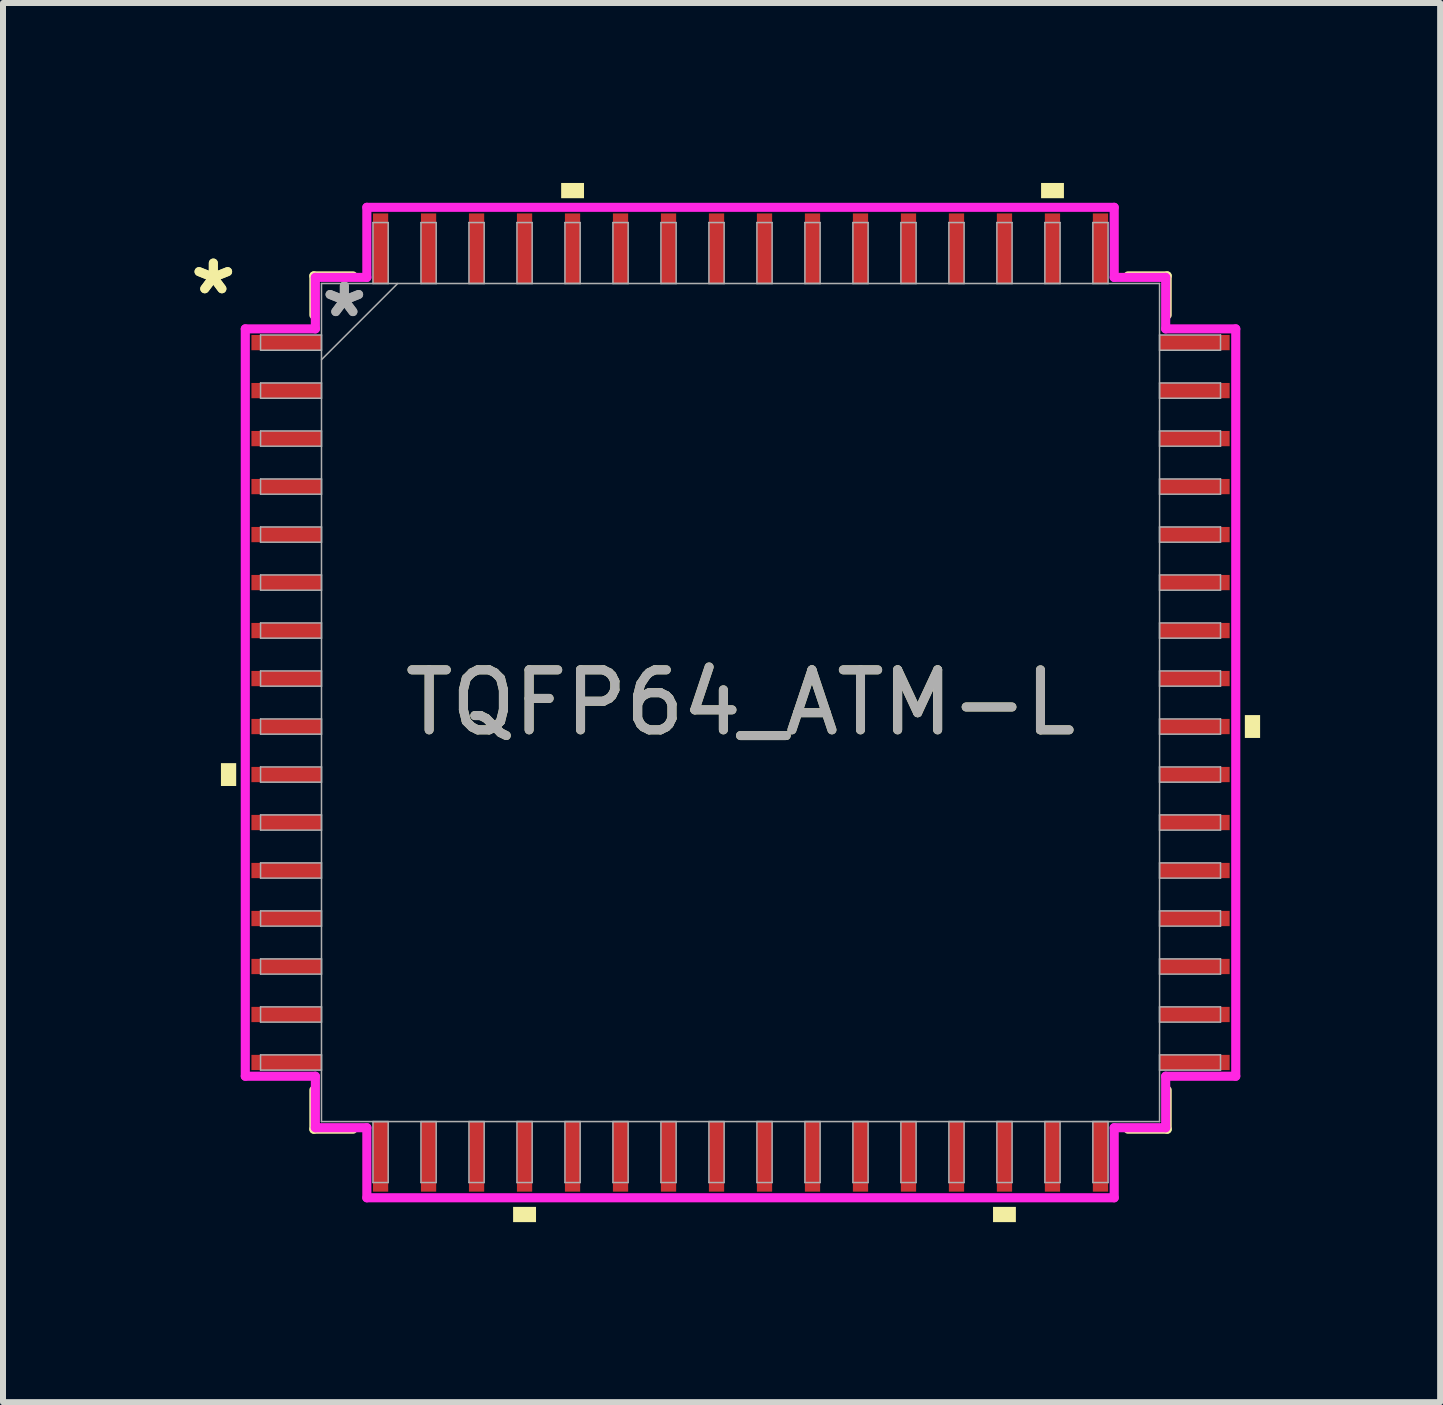
<source format=kicad_pcb>
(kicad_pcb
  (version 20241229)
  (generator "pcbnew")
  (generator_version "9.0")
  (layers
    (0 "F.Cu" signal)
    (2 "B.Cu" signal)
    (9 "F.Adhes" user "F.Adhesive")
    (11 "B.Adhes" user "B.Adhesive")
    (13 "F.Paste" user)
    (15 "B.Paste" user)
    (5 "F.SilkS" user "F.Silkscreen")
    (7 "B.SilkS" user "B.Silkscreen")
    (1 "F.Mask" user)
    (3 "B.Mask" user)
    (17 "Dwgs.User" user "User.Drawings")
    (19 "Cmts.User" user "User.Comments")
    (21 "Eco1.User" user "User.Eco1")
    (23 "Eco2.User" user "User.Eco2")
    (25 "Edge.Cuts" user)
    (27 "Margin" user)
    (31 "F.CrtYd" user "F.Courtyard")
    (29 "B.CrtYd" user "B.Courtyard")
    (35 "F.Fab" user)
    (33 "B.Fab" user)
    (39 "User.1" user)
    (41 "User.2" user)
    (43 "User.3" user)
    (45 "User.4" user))
  (footprint "TQFP64_ATM-L"
    (layer "F.Cu")
    (at 9.294 8.661)
    (property "Reference" "TQFP64_ATM-L" (at 0 0 0) (unlocked yes) (layer "F.SilkS") (effects (font (size 1 1) (thickness 0.15))))
    (attr smd)
    (fp_line (start -7.112 -7.112) (end -7.112 -6.46) (stroke (width 0.152) (type solid)) (layer "F.SilkS"))
    (fp_line (start -7.112 6.46) (end -7.112 7.112) (stroke (width 0.152) (type solid)) (layer "F.SilkS"))
    (fp_line (start -7.112 7.112) (end -6.46 7.112) (stroke (width 0.152) (type solid)) (layer "F.SilkS"))
    (fp_line (start -6.46 -7.112) (end -7.112 -7.112) (stroke (width 0.152) (type solid)) (layer "F.SilkS"))
    (fp_line (start 6.46 7.112) (end 7.112 7.112) (stroke (width 0.152) (type solid)) (layer "F.SilkS"))
    (fp_line (start 7.112 -7.112) (end 6.46 -7.112) (stroke (width 0.152) (type solid)) (layer "F.SilkS"))
    (fp_line (start 7.112 -6.46) (end 7.112 -7.112) (stroke (width 0.152) (type solid)) (layer "F.SilkS"))
    (fp_line (start 7.112 7.112) (end 7.112 6.46) (stroke (width 0.152) (type solid)) (layer "F.SilkS"))
    (fp_poly (pts (xy -8.661 1.01) (xy -8.661 1.391) (xy -8.407 1.391) (xy -8.407 1.01)) (stroke (width 0) (type solid)) (fill yes) (layer "F.SilkS"))
    (fp_poly (pts (xy -3.791 8.407) (xy -3.791 8.661) (xy -3.409 8.661) (xy -3.409 8.407)) (stroke (width 0) (type solid)) (fill yes) (layer "F.SilkS"))
    (fp_poly (pts (xy -2.99 -8.407) (xy -2.99 -8.661) (xy -2.609 -8.661) (xy -2.609 -8.407)) (stroke (width 0) (type solid)) (fill yes) (layer "F.SilkS"))
    (fp_poly (pts (xy 4.209 8.407) (xy 4.209 8.661) (xy 4.59 8.661) (xy 4.59 8.407)) (stroke (width 0) (type solid)) (fill yes) (layer "F.SilkS"))
    (fp_poly (pts (xy 5.01 -8.407) (xy 5.01 -8.661) (xy 5.391 -8.661) (xy 5.391 -8.407)) (stroke (width 0) (type solid)) (fill yes) (layer "F.SilkS"))
    (fp_poly (pts (xy 8.661 0.209) (xy 8.661 0.59) (xy 8.407 0.59) (xy 8.407 0.209)) (stroke (width 0) (type solid)) (fill yes) (layer "F.SilkS"))
    (fp_line (start -8.255 -6.229) (end -7.087 -6.229) (stroke (width 0.152) (type solid)) (layer "F.CrtYd"))
    (fp_line (start -8.255 6.229) (end -8.255 -6.229) (stroke (width 0.152) (type solid)) (layer "F.CrtYd"))
    (fp_line (start -7.087 -7.087) (end -6.229 -7.087) (stroke (width 0.152) (type solid)) (layer "F.CrtYd"))
    (fp_line (start -7.087 -6.229) (end -7.087 -7.087) (stroke (width 0.152) (type solid)) (layer "F.CrtYd"))
    (fp_line (start -7.087 6.229) (end -8.255 6.229) (stroke (width 0.152) (type solid)) (layer "F.CrtYd"))
    (fp_line (start -7.087 7.087) (end -7.087 6.229) (stroke (width 0.152) (type solid)) (layer "F.CrtYd"))
    (fp_line (start -7.087 7.087) (end -6.229 7.087) (stroke (width 0.152) (type solid)) (layer "F.CrtYd"))
    (fp_line (start -6.229 -8.255) (end 6.229 -8.255) (stroke (width 0.152) (type solid)) (layer "F.CrtYd"))
    (fp_line (start -6.229 -7.087) (end -6.229 -8.255) (stroke (width 0.152) (type solid)) (layer "F.CrtYd"))
    (fp_line (start -6.229 7.087) (end -6.229 8.255) (stroke (width 0.152) (type solid)) (layer "F.CrtYd"))
    (fp_line (start -6.229 8.255) (end 6.229 8.255) (stroke (width 0.152) (type solid)) (layer "F.CrtYd"))
    (fp_line (start 6.229 -8.255) (end 6.229 -7.087) (stroke (width 0.152) (type solid)) (layer "F.CrtYd"))
    (fp_line (start 6.229 -7.087) (end 7.087 -7.087) (stroke (width 0.152) (type solid)) (layer "F.CrtYd"))
    (fp_line (start 6.229 7.087) (end 7.087 7.087) (stroke (width 0.152) (type solid)) (layer "F.CrtYd"))
    (fp_line (start 6.229 8.255) (end 6.229 7.087) (stroke (width 0.152) (type solid)) (layer "F.CrtYd"))
    (fp_line (start 7.087 -6.229) (end 7.087 -7.087) (stroke (width 0.152) (type solid)) (layer "F.CrtYd"))
    (fp_line (start 7.087 6.229) (end 8.255 6.229) (stroke (width 0.152) (type solid)) (layer "F.CrtYd"))
    (fp_line (start 7.087 7.087) (end 7.087 6.229) (stroke (width 0.152) (type solid)) (layer "F.CrtYd"))
    (fp_line (start 8.255 -6.229) (end 7.087 -6.229) (stroke (width 0.152) (type solid)) (layer "F.CrtYd"))
    (fp_line (start 8.255 6.229) (end 8.255 -6.229) (stroke (width 0.152) (type solid)) (layer "F.CrtYd"))
    (fp_line (start -8.001 -6.127) (end -8.001 -5.873) (stroke (width 0.025) (type solid)) (layer "F.Fab"))
    (fp_line (start -8.001 -5.873) (end -6.985 -5.873) (stroke (width 0.025) (type solid)) (layer "F.Fab"))
    (fp_line (start -8.001 -5.327) (end -8.001 -5.073) (stroke (width 0.025) (type solid)) (layer "F.Fab"))
    (fp_line (start -8.001 -5.073) (end -6.985 -5.073) (stroke (width 0.025) (type solid)) (layer "F.Fab"))
    (fp_line (start -8.001 -4.527) (end -8.001 -4.273) (stroke (width 0.025) (type solid)) (layer "F.Fab"))
    (fp_line (start -8.001 -4.273) (end -6.985 -4.273) (stroke (width 0.025) (type solid)) (layer "F.Fab"))
    (fp_line (start -8.001 -3.727) (end -8.001 -3.473) (stroke (width 0.025) (type solid)) (layer "F.Fab"))
    (fp_line (start -8.001 -3.473) (end -6.985 -3.473) (stroke (width 0.025) (type solid)) (layer "F.Fab"))
    (fp_line (start -8.001 -2.927) (end -8.001 -2.673) (stroke (width 0.025) (type solid)) (layer "F.Fab"))
    (fp_line (start -8.001 -2.673) (end -6.985 -2.673) (stroke (width 0.025) (type solid)) (layer "F.Fab"))
    (fp_line (start -8.001 -2.127) (end -8.001 -1.873) (stroke (width 0.025) (type solid)) (layer "F.Fab"))
    (fp_line (start -8.001 -1.873) (end -6.985 -1.873) (stroke (width 0.025) (type solid)) (layer "F.Fab"))
    (fp_line (start -8.001 -1.327) (end -8.001 -1.073) (stroke (width 0.025) (type solid)) (layer "F.Fab"))
    (fp_line (start -8.001 -1.073) (end -6.985 -1.073) (stroke (width 0.025) (type solid)) (layer "F.Fab"))
    (fp_line (start -8.001 -0.527) (end -8.001 -0.273) (stroke (width 0.025) (type solid)) (layer "F.Fab"))
    (fp_line (start -8.001 -0.273) (end -6.985 -0.273) (stroke (width 0.025) (type solid)) (layer "F.Fab"))
    (fp_line (start -8.001 0.273) (end -8.001 0.527) (stroke (width 0.025) (type solid)) (layer "F.Fab"))
    (fp_line (start -8.001 0.527) (end -6.985 0.527) (stroke (width 0.025) (type solid)) (layer "F.Fab"))
    (fp_line (start -8.001 1.073) (end -8.001 1.327) (stroke (width 0.025) (type solid)) (layer "F.Fab"))
    (fp_line (start -8.001 1.327) (end -6.985 1.327) (stroke (width 0.025) (type solid)) (layer "F.Fab"))
    (fp_line (start -8.001 1.873) (end -8.001 2.127) (stroke (width 0.025) (type solid)) (layer "F.Fab"))
    (fp_line (start -8.001 2.127) (end -6.985 2.127) (stroke (width 0.025) (type solid)) (layer "F.Fab"))
    (fp_line (start -8.001 2.673) (end -8.001 2.927) (stroke (width 0.025) (type solid)) (layer "F.Fab"))
    (fp_line (start -8.001 2.927) (end -6.985 2.927) (stroke (width 0.025) (type solid)) (layer "F.Fab"))
    (fp_line (start -8.001 3.473) (end -8.001 3.727) (stroke (width 0.025) (type solid)) (layer "F.Fab"))
    (fp_line (start -8.001 3.727) (end -6.985 3.727) (stroke (width 0.025) (type solid)) (layer "F.Fab"))
    (fp_line (start -8.001 4.273) (end -8.001 4.527) (stroke (width 0.025) (type solid)) (layer "F.Fab"))
    (fp_line (start -8.001 4.527) (end -6.985 4.527) (stroke (width 0.025) (type solid)) (layer "F.Fab"))
    (fp_line (start -8.001 5.073) (end -8.001 5.327) (stroke (width 0.025) (type solid)) (layer "F.Fab"))
    (fp_line (start -8.001 5.327) (end -6.985 5.327) (stroke (width 0.025) (type solid)) (layer "F.Fab"))
    (fp_line (start -8.001 5.873) (end -8.001 6.127) (stroke (width 0.025) (type solid)) (layer "F.Fab"))
    (fp_line (start -8.001 6.127) (end -6.985 6.127) (stroke (width 0.025) (type solid)) (layer "F.Fab"))
    (fp_line (start -6.985 -6.985) (end -6.985 6.985) (stroke (width 0.025) (type solid)) (layer "F.Fab"))
    (fp_line (start -6.985 -6.127) (end -8.001 -6.127) (stroke (width 0.025) (type solid)) (layer "F.Fab"))
    (fp_line (start -6.985 -5.873) (end -6.985 -6.127) (stroke (width 0.025) (type solid)) (layer "F.Fab"))
    (fp_line (start -6.985 -5.715) (end -5.715 -6.985) (stroke (width 0.025) (type solid)) (layer "F.Fab"))
    (fp_line (start -6.985 -5.327) (end -8.001 -5.327) (stroke (width 0.025) (type solid)) (layer "F.Fab"))
    (fp_line (start -6.985 -5.073) (end -6.985 -5.327) (stroke (width 0.025) (type solid)) (layer "F.Fab"))
    (fp_line (start -6.985 -4.527) (end -8.001 -4.527) (stroke (width 0.025) (type solid)) (layer "F.Fab"))
    (fp_line (start -6.985 -4.273) (end -6.985 -4.527) (stroke (width 0.025) (type solid)) (layer "F.Fab"))
    (fp_line (start -6.985 -3.727) (end -8.001 -3.727) (stroke (width 0.025) (type solid)) (layer "F.Fab"))
    (fp_line (start -6.985 -3.473) (end -6.985 -3.727) (stroke (width 0.025) (type solid)) (layer "F.Fab"))
    (fp_line (start -6.985 -2.927) (end -8.001 -2.927) (stroke (width 0.025) (type solid)) (layer "F.Fab"))
    (fp_line (start -6.985 -2.673) (end -6.985 -2.927) (stroke (width 0.025) (type solid)) (layer "F.Fab"))
    (fp_line (start -6.985 -2.127) (end -8.001 -2.127) (stroke (width 0.025) (type solid)) (layer "F.Fab"))
    (fp_line (start -6.985 -1.873) (end -6.985 -2.127) (stroke (width 0.025) (type solid)) (layer "F.Fab"))
    (fp_line (start -6.985 -1.327) (end -8.001 -1.327) (stroke (width 0.025) (type solid)) (layer "F.Fab"))
    (fp_line (start -6.985 -1.073) (end -6.985 -1.327) (stroke (width 0.025) (type solid)) (layer "F.Fab"))
    (fp_line (start -6.985 -0.527) (end -8.001 -0.527) (stroke (width 0.025) (type solid)) (layer "F.Fab"))
    (fp_line (start -6.985 -0.273) (end -6.985 -0.527) (stroke (width 0.025) (type solid)) (layer "F.Fab"))
    (fp_line (start -6.985 0.273) (end -8.001 0.273) (stroke (width 0.025) (type solid)) (layer "F.Fab"))
    (fp_line (start -6.985 0.527) (end -6.985 0.273) (stroke (width 0.025) (type solid)) (layer "F.Fab"))
    (fp_line (start -6.985 1.073) (end -8.001 1.073) (stroke (width 0.025) (type solid)) (layer "F.Fab"))
    (fp_line (start -6.985 1.327) (end -6.985 1.073) (stroke (width 0.025) (type solid)) (layer "F.Fab"))
    (fp_line (start -6.985 1.873) (end -8.001 1.873) (stroke (width 0.025) (type solid)) (layer "F.Fab"))
    (fp_line (start -6.985 2.127) (end -6.985 1.873) (stroke (width 0.025) (type solid)) (layer "F.Fab"))
    (fp_line (start -6.985 2.673) (end -8.001 2.673) (stroke (width 0.025) (type solid)) (layer "F.Fab"))
    (fp_line (start -6.985 2.927) (end -6.985 2.673) (stroke (width 0.025) (type solid)) (layer "F.Fab"))
    (fp_line (start -6.985 3.473) (end -8.001 3.473) (stroke (width 0.025) (type solid)) (layer "F.Fab"))
    (fp_line (start -6.985 3.727) (end -6.985 3.473) (stroke (width 0.025) (type solid)) (layer "F.Fab"))
    (fp_line (start -6.985 4.273) (end -8.001 4.273) (stroke (width 0.025) (type solid)) (layer "F.Fab"))
    (fp_line (start -6.985 4.527) (end -6.985 4.273) (stroke (width 0.025) (type solid)) (layer "F.Fab"))
    (fp_line (start -6.985 5.073) (end -8.001 5.073) (stroke (width 0.025) (type solid)) (layer "F.Fab"))
    (fp_line (start -6.985 5.327) (end -6.985 5.073) (stroke (width 0.025) (type solid)) (layer "F.Fab"))
    (fp_line (start -6.985 5.873) (end -8.001 5.873) (stroke (width 0.025) (type solid)) (layer "F.Fab"))
    (fp_line (start -6.985 6.127) (end -6.985 5.873) (stroke (width 0.025) (type solid)) (layer "F.Fab"))
    (fp_line (start -6.985 6.985) (end 6.985 6.985) (stroke (width 0.025) (type solid)) (layer "F.Fab"))
    (fp_line (start -6.127 -8.001) (end -6.127 -6.985) (stroke (width 0.025) (type solid)) (layer "F.Fab"))
    (fp_line (start -6.127 -6.985) (end -5.873 -6.985) (stroke (width 0.025) (type solid)) (layer "F.Fab"))
    (fp_line (start -6.127 6.985) (end -6.127 8.001) (stroke (width 0.025) (type solid)) (layer "F.Fab"))
    (fp_line (start -6.127 8.001) (end -5.873 8.001) (stroke (width 0.025) (type solid)) (layer "F.Fab"))
    (fp_line (start -5.873 -8.001) (end -6.127 -8.001) (stroke (width 0.025) (type solid)) (layer "F.Fab"))
    (fp_line (start -5.873 -6.985) (end -5.873 -8.001) (stroke (width 0.025) (type solid)) (layer "F.Fab"))
    (fp_line (start -5.873 6.985) (end -6.127 6.985) (stroke (width 0.025) (type solid)) (layer "F.Fab"))
    (fp_line (start -5.873 8.001) (end -5.873 6.985) (stroke (width 0.025) (type solid)) (layer "F.Fab"))
    (fp_line (start -5.327 -8.001) (end -5.327 -6.985) (stroke (width 0.025) (type solid)) (layer "F.Fab"))
    (fp_line (start -5.327 -6.985) (end -5.073 -6.985) (stroke (width 0.025) (type solid)) (layer "F.Fab"))
    (fp_line (start -5.327 6.985) (end -5.327 8.001) (stroke (width 0.025) (type solid)) (layer "F.Fab"))
    (fp_line (start -5.327 8.001) (end -5.073 8.001) (stroke (width 0.025) (type solid)) (layer "F.Fab"))
    (fp_line (start -5.073 -8.001) (end -5.327 -8.001) (stroke (width 0.025) (type solid)) (layer "F.Fab"))
    (fp_line (start -5.073 -6.985) (end -5.073 -8.001) (stroke (width 0.025) (type solid)) (layer "F.Fab"))
    (fp_line (start -5.073 6.985) (end -5.327 6.985) (stroke (width 0.025) (type solid)) (layer "F.Fab"))
    (fp_line (start -5.073 8.001) (end -5.073 6.985) (stroke (width 0.025) (type solid)) (layer "F.Fab"))
    (fp_line (start -4.527 -8.001) (end -4.527 -6.985) (stroke (width 0.025) (type solid)) (layer "F.Fab"))
    (fp_line (start -4.527 -6.985) (end -4.273 -6.985) (stroke (width 0.025) (type solid)) (layer "F.Fab"))
    (fp_line (start -4.527 6.985) (end -4.527 8.001) (stroke (width 0.025) (type solid)) (layer "F.Fab"))
    (fp_line (start -4.527 8.001) (end -4.273 8.001) (stroke (width 0.025) (type solid)) (layer "F.Fab"))
    (fp_line (start -4.273 -8.001) (end -4.527 -8.001) (stroke (width 0.025) (type solid)) (layer "F.Fab"))
    (fp_line (start -4.273 -6.985) (end -4.273 -8.001) (stroke (width 0.025) (type solid)) (layer "F.Fab"))
    (fp_line (start -4.273 6.985) (end -4.527 6.985) (stroke (width 0.025) (type solid)) (layer "F.Fab"))
    (fp_line (start -4.273 8.001) (end -4.273 6.985) (stroke (width 0.025) (type solid)) (layer "F.Fab"))
    (fp_line (start -3.727 -8.001) (end -3.727 -6.985) (stroke (width 0.025) (type solid)) (layer "F.Fab"))
    (fp_line (start -3.727 -6.985) (end -3.473 -6.985) (stroke (width 0.025) (type solid)) (layer "F.Fab"))
    (fp_line (start -3.727 6.985) (end -3.727 8.001) (stroke (width 0.025) (type solid)) (layer "F.Fab"))
    (fp_line (start -3.727 8.001) (end -3.473 8.001) (stroke (width 0.025) (type solid)) (layer "F.Fab"))
    (fp_line (start -3.473 -8.001) (end -3.727 -8.001) (stroke (width 0.025) (type solid)) (layer "F.Fab"))
    (fp_line (start -3.473 -6.985) (end -3.473 -8.001) (stroke (width 0.025) (type solid)) (layer "F.Fab"))
    (fp_line (start -3.473 6.985) (end -3.727 6.985) (stroke (width 0.025) (type solid)) (layer "F.Fab"))
    (fp_line (start -3.473 8.001) (end -3.473 6.985) (stroke (width 0.025) (type solid)) (layer "F.Fab"))
    (fp_line (start -2.927 -8.001) (end -2.927 -6.985) (stroke (width 0.025) (type solid)) (layer "F.Fab"))
    (fp_line (start -2.927 -6.985) (end -2.673 -6.985) (stroke (width 0.025) (type solid)) (layer "F.Fab"))
    (fp_line (start -2.927 6.985) (end -2.927 8.001) (stroke (width 0.025) (type solid)) (layer "F.Fab"))
    (fp_line (start -2.927 8.001) (end -2.673 8.001) (stroke (width 0.025) (type solid)) (layer "F.Fab"))
    (fp_line (start -2.673 -8.001) (end -2.927 -8.001) (stroke (width 0.025) (type solid)) (layer "F.Fab"))
    (fp_line (start -2.673 -6.985) (end -2.673 -8.001) (stroke (width 0.025) (type solid)) (layer "F.Fab"))
    (fp_line (start -2.673 6.985) (end -2.927 6.985) (stroke (width 0.025) (type solid)) (layer "F.Fab"))
    (fp_line (start -2.673 8.001) (end -2.673 6.985) (stroke (width 0.025) (type solid)) (layer "F.Fab"))
    (fp_line (start -2.127 -8.001) (end -2.127 -6.985) (stroke (width 0.025) (type solid)) (layer "F.Fab"))
    (fp_line (start -2.127 -6.985) (end -1.873 -6.985) (stroke (width 0.025) (type solid)) (layer "F.Fab"))
    (fp_line (start -2.127 6.985) (end -2.127 8.001) (stroke (width 0.025) (type solid)) (layer "F.Fab"))
    (fp_line (start -2.127 8.001) (end -1.873 8.001) (stroke (width 0.025) (type solid)) (layer "F.Fab"))
    (fp_line (start -1.873 -8.001) (end -2.127 -8.001) (stroke (width 0.025) (type solid)) (layer "F.Fab"))
    (fp_line (start -1.873 -6.985) (end -1.873 -8.001) (stroke (width 0.025) (type solid)) (layer "F.Fab"))
    (fp_line (start -1.873 6.985) (end -2.127 6.985) (stroke (width 0.025) (type solid)) (layer "F.Fab"))
    (fp_line (start -1.873 8.001) (end -1.873 6.985) (stroke (width 0.025) (type solid)) (layer "F.Fab"))
    (fp_line (start -1.327 -8.001) (end -1.327 -6.985) (stroke (width 0.025) (type solid)) (layer "F.Fab"))
    (fp_line (start -1.327 -6.985) (end -1.073 -6.985) (stroke (width 0.025) (type solid)) (layer "F.Fab"))
    (fp_line (start -1.327 6.985) (end -1.327 8.001) (stroke (width 0.025) (type solid)) (layer "F.Fab"))
    (fp_line (start -1.327 8.001) (end -1.073 8.001) (stroke (width 0.025) (type solid)) (layer "F.Fab"))
    (fp_line (start -1.073 -8.001) (end -1.327 -8.001) (stroke (width 0.025) (type solid)) (layer "F.Fab"))
    (fp_line (start -1.073 -6.985) (end -1.073 -8.001) (stroke (width 0.025) (type solid)) (layer "F.Fab"))
    (fp_line (start -1.073 6.985) (end -1.327 6.985) (stroke (width 0.025) (type solid)) (layer "F.Fab"))
    (fp_line (start -1.073 8.001) (end -1.073 6.985) (stroke (width 0.025) (type solid)) (layer "F.Fab"))
    (fp_line (start -0.527 -8.001) (end -0.527 -6.985) (stroke (width 0.025) (type solid)) (layer "F.Fab"))
    (fp_line (start -0.527 -6.985) (end -0.273 -6.985) (stroke (width 0.025) (type solid)) (layer "F.Fab"))
    (fp_line (start -0.527 6.985) (end -0.527 8.001) (stroke (width 0.025) (type solid)) (layer "F.Fab"))
    (fp_line (start -0.527 8.001) (end -0.273 8.001) (stroke (width 0.025) (type solid)) (layer "F.Fab"))
    (fp_line (start -0.273 -8.001) (end -0.527 -8.001) (stroke (width 0.025) (type solid)) (layer "F.Fab"))
    (fp_line (start -0.273 -6.985) (end -0.273 -8.001) (stroke (width 0.025) (type solid)) (layer "F.Fab"))
    (fp_line (start -0.273 6.985) (end -0.527 6.985) (stroke (width 0.025) (type solid)) (layer "F.Fab"))
    (fp_line (start -0.273 8.001) (end -0.273 6.985) (stroke (width 0.025) (type solid)) (layer "F.Fab"))
    (fp_line (start 0.273 -8.001) (end 0.273 -6.985) (stroke (width 0.025) (type solid)) (layer "F.Fab"))
    (fp_line (start 0.273 -6.985) (end 0.527 -6.985) (stroke (width 0.025) (type solid)) (layer "F.Fab"))
    (fp_line (start 0.273 6.985) (end 0.273 8.001) (stroke (width 0.025) (type solid)) (layer "F.Fab"))
    (fp_line (start 0.273 8.001) (end 0.527 8.001) (stroke (width 0.025) (type solid)) (layer "F.Fab"))
    (fp_line (start 0.527 -8.001) (end 0.273 -8.001) (stroke (width 0.025) (type solid)) (layer "F.Fab"))
    (fp_line (start 0.527 -6.985) (end 0.527 -8.001) (stroke (width 0.025) (type solid)) (layer "F.Fab"))
    (fp_line (start 0.527 6.985) (end 0.273 6.985) (stroke (width 0.025) (type solid)) (layer "F.Fab"))
    (fp_line (start 0.527 8.001) (end 0.527 6.985) (stroke (width 0.025) (type solid)) (layer "F.Fab"))
    (fp_line (start 1.073 -8.001) (end 1.073 -6.985) (stroke (width 0.025) (type solid)) (layer "F.Fab"))
    (fp_line (start 1.073 -6.985) (end 1.327 -6.985) (stroke (width 0.025) (type solid)) (layer "F.Fab"))
    (fp_line (start 1.073 6.985) (end 1.073 8.001) (stroke (width 0.025) (type solid)) (layer "F.Fab"))
    (fp_line (start 1.073 8.001) (end 1.327 8.001) (stroke (width 0.025) (type solid)) (layer "F.Fab"))
    (fp_line (start 1.327 -8.001) (end 1.073 -8.001) (stroke (width 0.025) (type solid)) (layer "F.Fab"))
    (fp_line (start 1.327 -6.985) (end 1.327 -8.001) (stroke (width 0.025) (type solid)) (layer "F.Fab"))
    (fp_line (start 1.327 6.985) (end 1.073 6.985) (stroke (width 0.025) (type solid)) (layer "F.Fab"))
    (fp_line (start 1.327 8.001) (end 1.327 6.985) (stroke (width 0.025) (type solid)) (layer "F.Fab"))
    (fp_line (start 1.873 -8.001) (end 1.873 -6.985) (stroke (width 0.025) (type solid)) (layer "F.Fab"))
    (fp_line (start 1.873 -6.985) (end 2.127 -6.985) (stroke (width 0.025) (type solid)) (layer "F.Fab"))
    (fp_line (start 1.873 6.985) (end 1.873 8.001) (stroke (width 0.025) (type solid)) (layer "F.Fab"))
    (fp_line (start 1.873 8.001) (end 2.127 8.001) (stroke (width 0.025) (type solid)) (layer "F.Fab"))
    (fp_line (start 2.127 -8.001) (end 1.873 -8.001) (stroke (width 0.025) (type solid)) (layer "F.Fab"))
    (fp_line (start 2.127 -6.985) (end 2.127 -8.001) (stroke (width 0.025) (type solid)) (layer "F.Fab"))
    (fp_line (start 2.127 6.985) (end 1.873 6.985) (stroke (width 0.025) (type solid)) (layer "F.Fab"))
    (fp_line (start 2.127 8.001) (end 2.127 6.985) (stroke (width 0.025) (type solid)) (layer "F.Fab"))
    (fp_line (start 2.673 -8.001) (end 2.673 -6.985) (stroke (width 0.025) (type solid)) (layer "F.Fab"))
    (fp_line (start 2.673 -6.985) (end 2.927 -6.985) (stroke (width 0.025) (type solid)) (layer "F.Fab"))
    (fp_line (start 2.673 6.985) (end 2.673 8.001) (stroke (width 0.025) (type solid)) (layer "F.Fab"))
    (fp_line (start 2.673 8.001) (end 2.927 8.001) (stroke (width 0.025) (type solid)) (layer "F.Fab"))
    (fp_line (start 2.927 -8.001) (end 2.673 -8.001) (stroke (width 0.025) (type solid)) (layer "F.Fab"))
    (fp_line (start 2.927 -6.985) (end 2.927 -8.001) (stroke (width 0.025) (type solid)) (layer "F.Fab"))
    (fp_line (start 2.927 6.985) (end 2.673 6.985) (stroke (width 0.025) (type solid)) (layer "F.Fab"))
    (fp_line (start 2.927 8.001) (end 2.927 6.985) (stroke (width 0.025) (type solid)) (layer "F.Fab"))
    (fp_line (start 3.473 -8.001) (end 3.473 -6.985) (stroke (width 0.025) (type solid)) (layer "F.Fab"))
    (fp_line (start 3.473 -6.985) (end 3.727 -6.985) (stroke (width 0.025) (type solid)) (layer "F.Fab"))
    (fp_line (start 3.473 6.985) (end 3.473 8.001) (stroke (width 0.025) (type solid)) (layer "F.Fab"))
    (fp_line (start 3.473 8.001) (end 3.727 8.001) (stroke (width 0.025) (type solid)) (layer "F.Fab"))
    (fp_line (start 3.727 -8.001) (end 3.473 -8.001) (stroke (width 0.025) (type solid)) (layer "F.Fab"))
    (fp_line (start 3.727 -6.985) (end 3.727 -8.001) (stroke (width 0.025) (type solid)) (layer "F.Fab"))
    (fp_line (start 3.727 6.985) (end 3.473 6.985) (stroke (width 0.025) (type solid)) (layer "F.Fab"))
    (fp_line (start 3.727 8.001) (end 3.727 6.985) (stroke (width 0.025) (type solid)) (layer "F.Fab"))
    (fp_line (start 4.273 -8.001) (end 4.273 -6.985) (stroke (width 0.025) (type solid)) (layer "F.Fab"))
    (fp_line (start 4.273 -6.985) (end 4.527 -6.985) (stroke (width 0.025) (type solid)) (layer "F.Fab"))
    (fp_line (start 4.273 6.985) (end 4.273 8.001) (stroke (width 0.025) (type solid)) (layer "F.Fab"))
    (fp_line (start 4.273 8.001) (end 4.527 8.001) (stroke (width 0.025) (type solid)) (layer "F.Fab"))
    (fp_line (start 4.527 -8.001) (end 4.273 -8.001) (stroke (width 0.025) (type solid)) (layer "F.Fab"))
    (fp_line (start 4.527 -6.985) (end 4.527 -8.001) (stroke (width 0.025) (type solid)) (layer "F.Fab"))
    (fp_line (start 4.527 6.985) (end 4.273 6.985) (stroke (width 0.025) (type solid)) (layer "F.Fab"))
    (fp_line (start 4.527 8.001) (end 4.527 6.985) (stroke (width 0.025) (type solid)) (layer "F.Fab"))
    (fp_line (start 5.073 -8.001) (end 5.073 -6.985) (stroke (width 0.025) (type solid)) (layer "F.Fab"))
    (fp_line (start 5.073 -6.985) (end 5.327 -6.985) (stroke (width 0.025) (type solid)) (layer "F.Fab"))
    (fp_line (start 5.073 6.985) (end 5.073 8.001) (stroke (width 0.025) (type solid)) (layer "F.Fab"))
    (fp_line (start 5.073 8.001) (end 5.327 8.001) (stroke (width 0.025) (type solid)) (layer "F.Fab"))
    (fp_line (start 5.327 -8.001) (end 5.073 -8.001) (stroke (width 0.025) (type solid)) (layer "F.Fab"))
    (fp_line (start 5.327 -6.985) (end 5.327 -8.001) (stroke (width 0.025) (type solid)) (layer "F.Fab"))
    (fp_line (start 5.327 6.985) (end 5.073 6.985) (stroke (width 0.025) (type solid)) (layer "F.Fab"))
    (fp_line (start 5.327 8.001) (end 5.327 6.985) (stroke (width 0.025) (type solid)) (layer "F.Fab"))
    (fp_line (start 5.873 -8.001) (end 5.873 -6.985) (stroke (width 0.025) (type solid)) (layer "F.Fab"))
    (fp_line (start 5.873 -6.985) (end 6.127 -6.985) (stroke (width 0.025) (type solid)) (layer "F.Fab"))
    (fp_line (start 5.873 6.985) (end 5.873 8.001) (stroke (width 0.025) (type solid)) (layer "F.Fab"))
    (fp_line (start 5.873 8.001) (end 6.127 8.001) (stroke (width 0.025) (type solid)) (layer "F.Fab"))
    (fp_line (start 6.127 -8.001) (end 5.873 -8.001) (stroke (width 0.025) (type solid)) (layer "F.Fab"))
    (fp_line (start 6.127 -6.985) (end 6.127 -8.001) (stroke (width 0.025) (type solid)) (layer "F.Fab"))
    (fp_line (start 6.127 6.985) (end 5.873 6.985) (stroke (width 0.025) (type solid)) (layer "F.Fab"))
    (fp_line (start 6.127 8.001) (end 6.127 6.985) (stroke (width 0.025) (type solid)) (layer "F.Fab"))
    (fp_line (start 6.985 -6.985) (end -6.985 -6.985) (stroke (width 0.025) (type solid)) (layer "F.Fab"))
    (fp_line (start 6.985 -6.127) (end 6.985 -5.873) (stroke (width 0.025) (type solid)) (layer "F.Fab"))
    (fp_line (start 6.985 -5.873) (end 8.001 -5.873) (stroke (width 0.025) (type solid)) (layer "F.Fab"))
    (fp_line (start 6.985 -5.327) (end 6.985 -5.073) (stroke (width 0.025) (type solid)) (layer "F.Fab"))
    (fp_line (start 6.985 -5.073) (end 8.001 -5.073) (stroke (width 0.025) (type solid)) (layer "F.Fab"))
    (fp_line (start 6.985 -4.527) (end 6.985 -4.273) (stroke (width 0.025) (type solid)) (layer "F.Fab"))
    (fp_line (start 6.985 -4.273) (end 8.001 -4.273) (stroke (width 0.025) (type solid)) (layer "F.Fab"))
    (fp_line (start 6.985 -3.727) (end 6.985 -3.473) (stroke (width 0.025) (type solid)) (layer "F.Fab"))
    (fp_line (start 6.985 -3.473) (end 8.001 -3.473) (stroke (width 0.025) (type solid)) (layer "F.Fab"))
    (fp_line (start 6.985 -2.927) (end 6.985 -2.673) (stroke (width 0.025) (type solid)) (layer "F.Fab"))
    (fp_line (start 6.985 -2.673) (end 8.001 -2.673) (stroke (width 0.025) (type solid)) (layer "F.Fab"))
    (fp_line (start 6.985 -2.127) (end 6.985 -1.873) (stroke (width 0.025) (type solid)) (layer "F.Fab"))
    (fp_line (start 6.985 -1.873) (end 8.001 -1.873) (stroke (width 0.025) (type solid)) (layer "F.Fab"))
    (fp_line (start 6.985 -1.327) (end 6.985 -1.073) (stroke (width 0.025) (type solid)) (layer "F.Fab"))
    (fp_line (start 6.985 -1.073) (end 8.001 -1.073) (stroke (width 0.025) (type solid)) (layer "F.Fab"))
    (fp_line (start 6.985 -0.527) (end 6.985 -0.273) (stroke (width 0.025) (type solid)) (layer "F.Fab"))
    (fp_line (start 6.985 -0.273) (end 8.001 -0.273) (stroke (width 0.025) (type solid)) (layer "F.Fab"))
    (fp_line (start 6.985 0.273) (end 6.985 0.527) (stroke (width 0.025) (type solid)) (layer "F.Fab"))
    (fp_line (start 6.985 0.527) (end 8.001 0.527) (stroke (width 0.025) (type solid)) (layer "F.Fab"))
    (fp_line (start 6.985 1.073) (end 6.985 1.327) (stroke (width 0.025) (type solid)) (layer "F.Fab"))
    (fp_line (start 6.985 1.327) (end 8.001 1.327) (stroke (width 0.025) (type solid)) (layer "F.Fab"))
    (fp_line (start 6.985 1.873) (end 6.985 2.127) (stroke (width 0.025) (type solid)) (layer "F.Fab"))
    (fp_line (start 6.985 2.127) (end 8.001 2.127) (stroke (width 0.025) (type solid)) (layer "F.Fab"))
    (fp_line (start 6.985 2.673) (end 6.985 2.927) (stroke (width 0.025) (type solid)) (layer "F.Fab"))
    (fp_line (start 6.985 2.927) (end 8.001 2.927) (stroke (width 0.025) (type solid)) (layer "F.Fab"))
    (fp_line (start 6.985 3.473) (end 6.985 3.727) (stroke (width 0.025) (type solid)) (layer "F.Fab"))
    (fp_line (start 6.985 3.727) (end 8.001 3.727) (stroke (width 0.025) (type solid)) (layer "F.Fab"))
    (fp_line (start 6.985 4.273) (end 6.985 4.527) (stroke (width 0.025) (type solid)) (layer "F.Fab"))
    (fp_line (start 6.985 4.527) (end 8.001 4.527) (stroke (width 0.025) (type solid)) (layer "F.Fab"))
    (fp_line (start 6.985 5.073) (end 6.985 5.327) (stroke (width 0.025) (type solid)) (layer "F.Fab"))
    (fp_line (start 6.985 5.327) (end 8.001 5.327) (stroke (width 0.025) (type solid)) (layer "F.Fab"))
    (fp_line (start 6.985 5.873) (end 6.985 6.127) (stroke (width 0.025) (type solid)) (layer "F.Fab"))
    (fp_line (start 6.985 6.127) (end 8.001 6.127) (stroke (width 0.025) (type solid)) (layer "F.Fab"))
    (fp_line (start 6.985 6.985) (end 6.985 -6.985) (stroke (width 0.025) (type solid)) (layer "F.Fab"))
    (fp_line (start 8.001 -6.127) (end 6.985 -6.127) (stroke (width 0.025) (type solid)) (layer "F.Fab"))
    (fp_line (start 8.001 -5.873) (end 8.001 -6.127) (stroke (width 0.025) (type solid)) (layer "F.Fab"))
    (fp_line (start 8.001 -5.327) (end 6.985 -5.327) (stroke (width 0.025) (type solid)) (layer "F.Fab"))
    (fp_line (start 8.001 -5.073) (end 8.001 -5.327) (stroke (width 0.025) (type solid)) (layer "F.Fab"))
    (fp_line (start 8.001 -4.527) (end 6.985 -4.527) (stroke (width 0.025) (type solid)) (layer "F.Fab"))
    (fp_line (start 8.001 -4.273) (end 8.001 -4.527) (stroke (width 0.025) (type solid)) (layer "F.Fab"))
    (fp_line (start 8.001 -3.727) (end 6.985 -3.727) (stroke (width 0.025) (type solid)) (layer "F.Fab"))
    (fp_line (start 8.001 -3.473) (end 8.001 -3.727) (stroke (width 0.025) (type solid)) (layer "F.Fab"))
    (fp_line (start 8.001 -2.927) (end 6.985 -2.927) (stroke (width 0.025) (type solid)) (layer "F.Fab"))
    (fp_line (start 8.001 -2.673) (end 8.001 -2.927) (stroke (width 0.025) (type solid)) (layer "F.Fab"))
    (fp_line (start 8.001 -2.127) (end 6.985 -2.127) (stroke (width 0.025) (type solid)) (layer "F.Fab"))
    (fp_line (start 8.001 -1.873) (end 8.001 -2.127) (stroke (width 0.025) (type solid)) (layer "F.Fab"))
    (fp_line (start 8.001 -1.327) (end 6.985 -1.327) (stroke (width 0.025) (type solid)) (layer "F.Fab"))
    (fp_line (start 8.001 -1.073) (end 8.001 -1.327) (stroke (width 0.025) (type solid)) (layer "F.Fab"))
    (fp_line (start 8.001 -0.527) (end 6.985 -0.527) (stroke (width 0.025) (type solid)) (layer "F.Fab"))
    (fp_line (start 8.001 -0.273) (end 8.001 -0.527) (stroke (width 0.025) (type solid)) (layer "F.Fab"))
    (fp_line (start 8.001 0.273) (end 6.985 0.273) (stroke (width 0.025) (type solid)) (layer "F.Fab"))
    (fp_line (start 8.001 0.527) (end 8.001 0.273) (stroke (width 0.025) (type solid)) (layer "F.Fab"))
    (fp_line (start 8.001 1.073) (end 6.985 1.073) (stroke (width 0.025) (type solid)) (layer "F.Fab"))
    (fp_line (start 8.001 1.327) (end 8.001 1.073) (stroke (width 0.025) (type solid)) (layer "F.Fab"))
    (fp_line (start 8.001 1.873) (end 6.985 1.873) (stroke (width 0.025) (type solid)) (layer "F.Fab"))
    (fp_line (start 8.001 2.127) (end 8.001 1.873) (stroke (width 0.025) (type solid)) (layer "F.Fab"))
    (fp_line (start 8.001 2.673) (end 6.985 2.673) (stroke (width 0.025) (type solid)) (layer "F.Fab"))
    (fp_line (start 8.001 2.927) (end 8.001 2.673) (stroke (width 0.025) (type solid)) (layer "F.Fab"))
    (fp_line (start 8.001 3.473) (end 6.985 3.473) (stroke (width 0.025) (type solid)) (layer "F.Fab"))
    (fp_line (start 8.001 3.727) (end 8.001 3.473) (stroke (width 0.025) (type solid)) (layer "F.Fab"))
    (fp_line (start 8.001 4.273) (end 6.985 4.273) (stroke (width 0.025) (type solid)) (layer "F.Fab"))
    (fp_line (start 8.001 4.527) (end 8.001 4.273) (stroke (width 0.025) (type solid)) (layer "F.Fab"))
    (fp_line (start 8.001 5.073) (end 6.985 5.073) (stroke (width 0.025) (type solid)) (layer "F.Fab"))
    (fp_line (start 8.001 5.327) (end 8.001 5.073) (stroke (width 0.025) (type solid)) (layer "F.Fab"))
    (fp_line (start 8.001 5.873) (end 6.985 5.873) (stroke (width 0.025) (type solid)) (layer "F.Fab"))
    (fp_line (start 8.001 6.127) (end 8.001 5.873) (stroke (width 0.025) (type solid)) (layer "F.Fab"))
    (fp_text user "*" (at -8.788 -6.781 0) (layer "F.SilkS") (effects (font (size 1 1) (thickness 0.15))))
    (fp_text user "*" (at -8.788 -6.781 0) (unlocked yes) (layer "F.SilkS") (effects (font (size 1 1) (thickness 0.15))))
    (fp_text user "${REFERENCE}" (at 0 0 0) (unlocked yes) (layer "F.Fab") (effects (font (size 1 1) (thickness 0.15))))
    (fp_text user "*" (at -6.604 -6.4 0) (unlocked yes) (layer "F.Fab") (effects (font (size 1 1) (thickness 0.15))))
    (fp_text user "*" (at -6.604 -6.4 0) (layer "F.Fab") (effects (font (size 1 1) (thickness 0.15))))
    (pad "1" smd rect (at -7.569 -6 90) (size 0.254 1.168) (layers "F.Cu" "F.Mask" "F.Paste"))
    (pad "2" smd rect (at -7.569 -5.2 90) (size 0.254 1.168) (layers "F.Cu" "F.Mask" "F.Paste"))
    (pad "3" smd rect (at -7.569 -4.4 90) (size 0.254 1.168) (layers "F.Cu" "F.Mask" "F.Paste"))
    (pad "4" smd rect (at -7.569 -3.6 90) (size 0.254 1.168) (layers "F.Cu" "F.Mask" "F.Paste"))
    (pad "5" smd rect (at -7.569 -2.8 90) (size 0.254 1.168) (layers "F.Cu" "F.Mask" "F.Paste"))
    (pad "6" smd rect (at -7.569 -2 90) (size 0.254 1.168) (layers "F.Cu" "F.Mask" "F.Paste"))
    (pad "7" smd rect (at -7.569 -1.2 90) (size 0.254 1.168) (layers "F.Cu" "F.Mask" "F.Paste"))
    (pad "8" smd rect (at -7.569 -0.4 90) (size 0.254 1.168) (layers "F.Cu" "F.Mask" "F.Paste"))
    (pad "9" smd rect (at -7.569 0.4 90) (size 0.254 1.168) (layers "F.Cu" "F.Mask" "F.Paste"))
    (pad "10" smd rect (at -7.569 1.2 90) (size 0.254 1.168) (layers "F.Cu" "F.Mask" "F.Paste"))
    (pad "11" smd rect (at -7.569 2 90) (size 0.254 1.168) (layers "F.Cu" "F.Mask" "F.Paste"))
    (pad "12" smd rect (at -7.569 2.8 90) (size 0.254 1.168) (layers "F.Cu" "F.Mask" "F.Paste"))
    (pad "13" smd rect (at -7.569 3.6 90) (size 0.254 1.168) (layers "F.Cu" "F.Mask" "F.Paste"))
    (pad "14" smd rect (at -7.569 4.4 90) (size 0.254 1.168) (layers "F.Cu" "F.Mask" "F.Paste"))
    (pad "15" smd rect (at -7.569 5.2 90) (size 0.254 1.168) (layers "F.Cu" "F.Mask" "F.Paste"))
    (pad "16" smd rect (at -7.569 6 90) (size 0.254 1.168) (layers "F.Cu" "F.Mask" "F.Paste"))
    (pad "17" smd rect (at -6 7.569) (size 0.254 1.168) (layers "F.Cu" "F.Mask" "F.Paste"))
    (pad "18" smd rect (at -5.2 7.569) (size 0.254 1.168) (layers "F.Cu" "F.Mask" "F.Paste"))
    (pad "19" smd rect (at -4.4 7.569) (size 0.254 1.168) (layers "F.Cu" "F.Mask" "F.Paste"))
    (pad "20" smd rect (at -3.6 7.569) (size 0.254 1.168) (layers "F.Cu" "F.Mask" "F.Paste"))
    (pad "21" smd rect (at -2.8 7.569) (size 0.254 1.168) (layers "F.Cu" "F.Mask" "F.Paste"))
    (pad "22" smd rect (at -2 7.569) (size 0.254 1.168) (layers "F.Cu" "F.Mask" "F.Paste"))
    (pad "23" smd rect (at -1.2 7.569) (size 0.254 1.168) (layers "F.Cu" "F.Mask" "F.Paste"))
    (pad "24" smd rect (at -0.4 7.569) (size 0.254 1.168) (layers "F.Cu" "F.Mask" "F.Paste"))
    (pad "25" smd rect (at 0.4 7.569) (size 0.254 1.168) (layers "F.Cu" "F.Mask" "F.Paste"))
    (pad "26" smd rect (at 1.2 7.569) (size 0.254 1.168) (layers "F.Cu" "F.Mask" "F.Paste"))
    (pad "27" smd rect (at 2 7.569) (size 0.254 1.168) (layers "F.Cu" "F.Mask" "F.Paste"))
    (pad "28" smd rect (at 2.8 7.569) (size 0.254 1.168) (layers "F.Cu" "F.Mask" "F.Paste"))
    (pad "29" smd rect (at 3.6 7.569) (size 0.254 1.168) (layers "F.Cu" "F.Mask" "F.Paste"))
    (pad "30" smd rect (at 4.4 7.569) (size 0.254 1.168) (layers "F.Cu" "F.Mask" "F.Paste"))
    (pad "31" smd rect (at 5.2 7.569) (size 0.254 1.168) (layers "F.Cu" "F.Mask" "F.Paste"))
    (pad "32" smd rect (at 6 7.569) (size 0.254 1.168) (layers "F.Cu" "F.Mask" "F.Paste"))
    (pad "33" smd rect (at 7.569 6 90) (size 0.254 1.168) (layers "F.Cu" "F.Mask" "F.Paste"))
    (pad "34" smd rect (at 7.569 5.2 90) (size 0.254 1.168) (layers "F.Cu" "F.Mask" "F.Paste"))
    (pad "35" smd rect (at 7.569 4.4 90) (size 0.254 1.168) (layers "F.Cu" "F.Mask" "F.Paste"))
    (pad "36" smd rect (at 7.569 3.6 90) (size 0.254 1.168) (layers "F.Cu" "F.Mask" "F.Paste"))
    (pad "37" smd rect (at 7.569 2.8 90) (size 0.254 1.168) (layers "F.Cu" "F.Mask" "F.Paste"))
    (pad "38" smd rect (at 7.569 2 90) (size 0.254 1.168) (layers "F.Cu" "F.Mask" "F.Paste"))
    (pad "39" smd rect (at 7.569 1.2 90) (size 0.254 1.168) (layers "F.Cu" "F.Mask" "F.Paste"))
    (pad "40" smd rect (at 7.569 0.4 90) (size 0.254 1.168) (layers "F.Cu" "F.Mask" "F.Paste"))
    (pad "41" smd rect (at 7.569 -0.4 90) (size 0.254 1.168) (layers "F.Cu" "F.Mask" "F.Paste"))
    (pad "42" smd rect (at 7.569 -1.2 90) (size 0.254 1.168) (layers "F.Cu" "F.Mask" "F.Paste"))
    (pad "43" smd rect (at 7.569 -2 90) (size 0.254 1.168) (layers "F.Cu" "F.Mask" "F.Paste"))
    (pad "44" smd rect (at 7.569 -2.8 90) (size 0.254 1.168) (layers "F.Cu" "F.Mask" "F.Paste"))
    (pad "45" smd rect (at 7.569 -3.6 90) (size 0.254 1.168) (layers "F.Cu" "F.Mask" "F.Paste"))
    (pad "46" smd rect (at 7.569 -4.4 90) (size 0.254 1.168) (layers "F.Cu" "F.Mask" "F.Paste"))
    (pad "47" smd rect (at 7.569 -5.2 90) (size 0.254 1.168) (layers "F.Cu" "F.Mask" "F.Paste"))
    (pad "48" smd rect (at 7.569 -6 90) (size 0.254 1.168) (layers "F.Cu" "F.Mask" "F.Paste"))
    (pad "49" smd rect (at 6 -7.569) (size 0.254 1.168) (layers "F.Cu" "F.Mask" "F.Paste"))
    (pad "50" smd rect (at 5.2 -7.569) (size 0.254 1.168) (layers "F.Cu" "F.Mask" "F.Paste"))
    (pad "51" smd rect (at 4.4 -7.569) (size 0.254 1.168) (layers "F.Cu" "F.Mask" "F.Paste"))
    (pad "52" smd rect (at 3.6 -7.569) (size 0.254 1.168) (layers "F.Cu" "F.Mask" "F.Paste"))
    (pad "53" smd rect (at 2.8 -7.569) (size 0.254 1.168) (layers "F.Cu" "F.Mask" "F.Paste"))
    (pad "54" smd rect (at 2 -7.569) (size 0.254 1.168) (layers "F.Cu" "F.Mask" "F.Paste"))
    (pad "55" smd rect (at 1.2 -7.569) (size 0.254 1.168) (layers "F.Cu" "F.Mask" "F.Paste"))
    (pad "56" smd rect (at 0.4 -7.569) (size 0.254 1.168) (layers "F.Cu" "F.Mask" "F.Paste"))
    (pad "57" smd rect (at -0.4 -7.569) (size 0.254 1.168) (layers "F.Cu" "F.Mask" "F.Paste"))
    (pad "58" smd rect (at -1.2 -7.569) (size 0.254 1.168) (layers "F.Cu" "F.Mask" "F.Paste"))
    (pad "59" smd rect (at -2 -7.569) (size 0.254 1.168) (layers "F.Cu" "F.Mask" "F.Paste"))
    (pad "60" smd rect (at -2.8 -7.569) (size 0.254 1.168) (layers "F.Cu" "F.Mask" "F.Paste"))
    (pad "61" smd rect (at -3.6 -7.569) (size 0.254 1.168) (layers "F.Cu" "F.Mask" "F.Paste"))
    (pad "62" smd rect (at -4.4 -7.569) (size 0.254 1.168) (layers "F.Cu" "F.Mask" "F.Paste"))
    (pad "63" smd rect (at -5.2 -7.569) (size 0.254 1.168) (layers "F.Cu" "F.Mask" "F.Paste"))
    (pad "64" smd rect (at -6 -7.569) (size 0.254 1.168) (layers "F.Cu" "F.Mask" "F.Paste")))
  (gr_rect
    (start -3 -3)
    (end 20.956 20.323)
    (stroke (width 0.1) (type default))
    (fill no)
    (layer "Edge.Cuts")))
</source>
